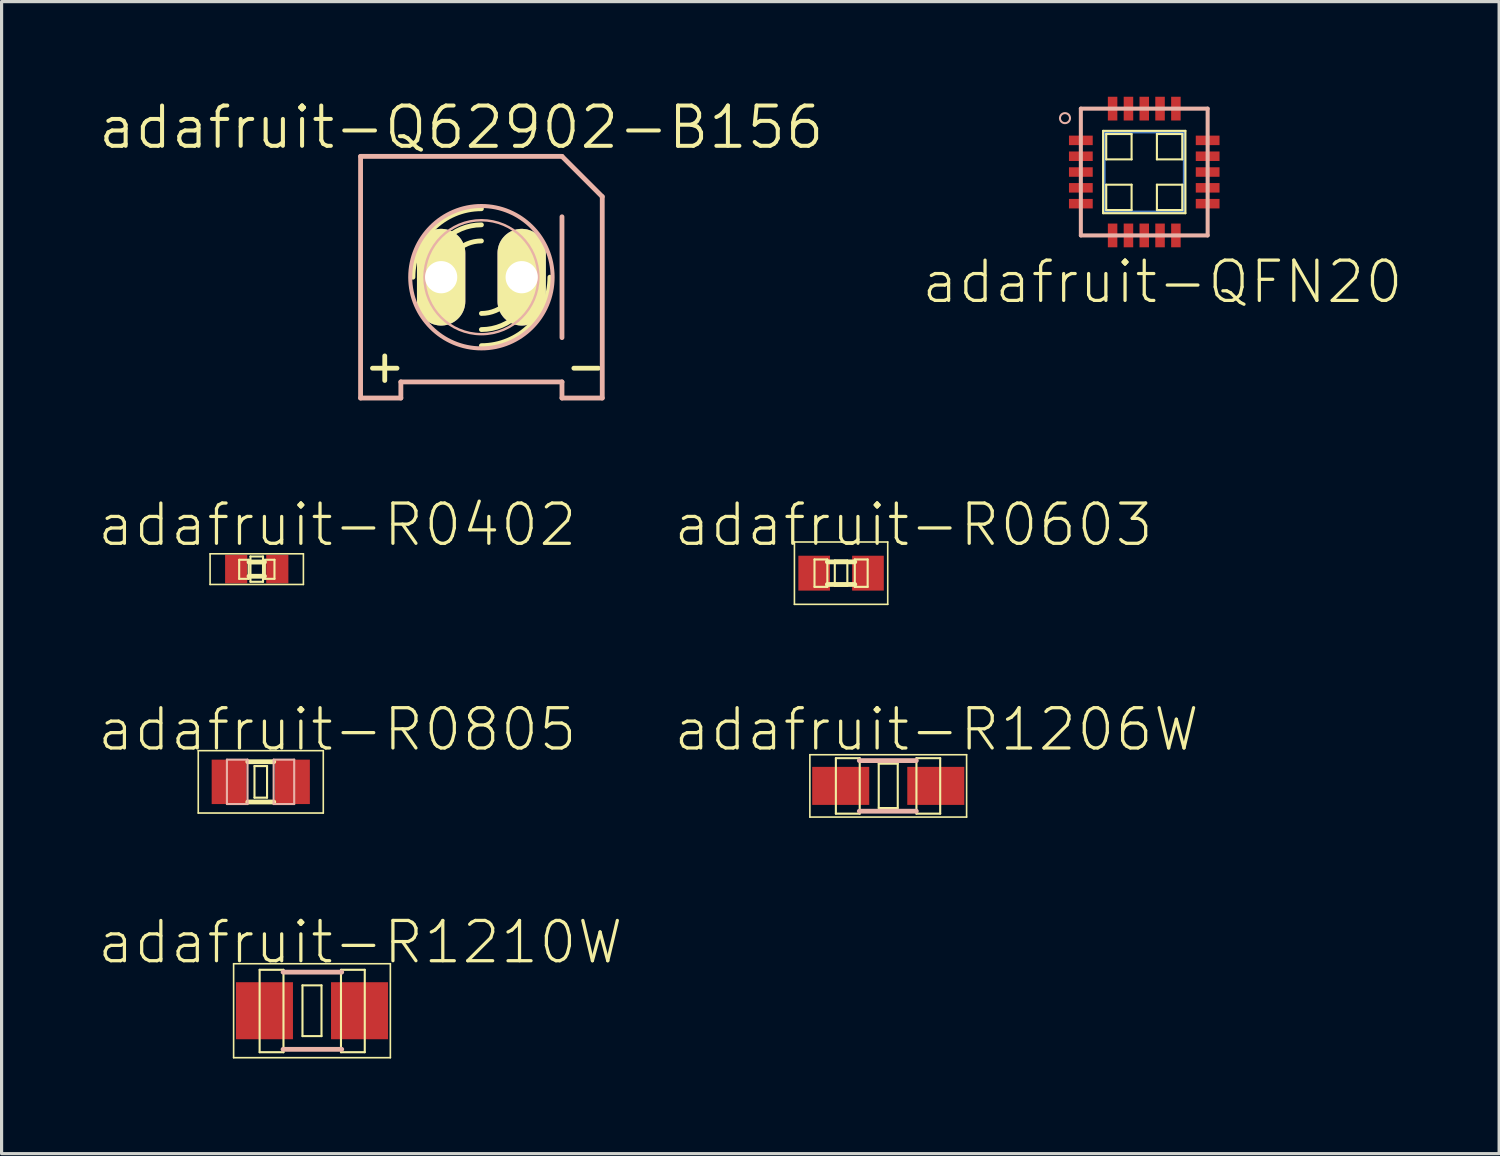
<source format=kicad_pcb>
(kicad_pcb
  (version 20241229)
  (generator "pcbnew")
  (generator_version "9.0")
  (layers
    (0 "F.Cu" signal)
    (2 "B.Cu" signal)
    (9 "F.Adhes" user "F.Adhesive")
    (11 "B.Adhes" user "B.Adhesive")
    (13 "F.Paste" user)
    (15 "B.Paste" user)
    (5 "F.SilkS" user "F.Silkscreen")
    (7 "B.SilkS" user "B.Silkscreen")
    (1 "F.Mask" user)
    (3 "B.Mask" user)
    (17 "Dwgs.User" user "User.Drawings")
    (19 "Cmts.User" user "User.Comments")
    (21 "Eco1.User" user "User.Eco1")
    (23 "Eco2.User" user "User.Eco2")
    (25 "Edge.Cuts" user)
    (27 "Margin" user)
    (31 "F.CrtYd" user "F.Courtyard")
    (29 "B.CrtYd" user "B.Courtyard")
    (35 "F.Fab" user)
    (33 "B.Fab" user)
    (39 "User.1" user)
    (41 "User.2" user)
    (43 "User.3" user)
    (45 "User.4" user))
  (footprint "adafruit-R1210W"
    (layer "F.Cu")
    (at 6.787 28.818)
    (property "Reference" "adafruit-R1210W" (at 1.524 -2.159 0) (layer "F.SilkS") (effects (font (size 1.27 1.27) (thickness 0.102))))
    (attr smd)
    (fp_line (start -2.471 -1.481) (end 2.471 -1.481) (stroke (width 0.051) (type solid)) (layer "F.SilkS"))
    (fp_line (start -2.471 1.481) (end -2.471 -1.481) (stroke (width 0.051) (type solid)) (layer "F.SilkS"))
    (fp_line (start -1.651 -1.29) (end -0.899 -1.29) (stroke (width 0.066) (type solid)) (layer "F.SilkS"))
    (fp_line (start -1.651 1.308) (end -1.651 -1.29) (stroke (width 0.066) (type solid)) (layer "F.SilkS"))
    (fp_line (start -1.651 1.308) (end -0.899 1.308) (stroke (width 0.066) (type solid)) (layer "F.SilkS"))
    (fp_line (start -0.899 1.308) (end -0.899 -1.29) (stroke (width 0.066) (type solid)) (layer "F.SilkS"))
    (fp_line (start -0.3 -0.8) (end 0.3 -0.8) (stroke (width 0.066) (type solid)) (layer "F.SilkS"))
    (fp_line (start -0.3 0.8) (end -0.3 -0.8) (stroke (width 0.066) (type solid)) (layer "F.SilkS"))
    (fp_line (start -0.3 0.8) (end 0.3 0.8) (stroke (width 0.066) (type solid)) (layer "F.SilkS"))
    (fp_line (start 0.3 0.8) (end 0.3 -0.8) (stroke (width 0.066) (type solid)) (layer "F.SilkS"))
    (fp_line (start 0.914 -1.29) (end 1.664 -1.29) (stroke (width 0.066) (type solid)) (layer "F.SilkS"))
    (fp_line (start 0.914 1.308) (end 0.914 -1.29) (stroke (width 0.066) (type solid)) (layer "F.SilkS"))
    (fp_line (start 0.914 1.308) (end 1.664 1.308) (stroke (width 0.066) (type solid)) (layer "F.SilkS"))
    (fp_line (start 1.664 1.308) (end 1.664 -1.29) (stroke (width 0.066) (type solid)) (layer "F.SilkS"))
    (fp_line (start 2.471 -1.481) (end 2.471 1.481) (stroke (width 0.051) (type solid)) (layer "F.SilkS"))
    (fp_line (start 2.471 1.481) (end -2.471 1.481) (stroke (width 0.051) (type solid)) (layer "F.SilkS"))
    (fp_line (start -0.912 -1.217) (end 0.937 -1.217) (stroke (width 0.152) (type solid)) (layer "B.SilkS"))
    (fp_line (start -0.912 1.217) (end 0.937 1.217) (stroke (width 0.152) (type solid)) (layer "B.SilkS"))
    (pad "1" smd rect (at -1.499 0) (size 1.798 1.798) (layers "F.Cu" "F.Mask" "F.Paste"))
    (pad "2" smd rect (at 1.499 0) (size 1.798 1.798) (layers "F.Cu" "F.Mask" "F.Paste")))
  (footprint "adafruit-QFN20"
    (layer "F.Cu")
    (at 33.028 2.374)
    (property "Reference" "adafruit-QFN20" (at 0.574 3.465 0) (layer "F.SilkS") (effects (font (size 1.27 1.27) (thickness 0.102))))
    (attr smd)
    (fp_line (start -1.25 -1.25) (end 1.25 -1.25) (stroke (width 0.066) (type solid)) (layer "B.Cu"))
    (fp_line (start -1.25 1.25) (end -1.25 -1.25) (stroke (width 0.066) (type solid)) (layer "B.Cu"))
    (fp_line (start -1.25 1.25) (end 1.25 1.25) (stroke (width 0.066) (type solid)) (layer "B.Cu"))
    (fp_line (start 1.25 1.25) (end 1.25 -1.25) (stroke (width 0.066) (type solid)) (layer "B.Cu"))
    (fp_line (start -1.298 -1.298) (end 1.298 -1.298) (stroke (width 0.066) (type solid)) (layer "F.SilkS"))
    (fp_line (start -1.298 1.298) (end -1.298 -1.298) (stroke (width 0.066) (type solid)) (layer "F.SilkS"))
    (fp_line (start -1.298 1.298) (end 1.298 1.298) (stroke (width 0.066) (type solid)) (layer "F.SilkS"))
    (fp_line (start -1.199 -1.199) (end -0.399 -1.199) (stroke (width 0.066) (type solid)) (layer "F.SilkS"))
    (fp_line (start -1.199 -0.399) (end -1.199 -1.199) (stroke (width 0.066) (type solid)) (layer "F.SilkS"))
    (fp_line (start -1.199 -0.399) (end -0.399 -0.399) (stroke (width 0.066) (type solid)) (layer "F.SilkS"))
    (fp_line (start -1.199 0.399) (end -0.399 0.399) (stroke (width 0.066) (type solid)) (layer "F.SilkS"))
    (fp_line (start -1.199 1.199) (end -1.199 0.399) (stroke (width 0.066) (type solid)) (layer "F.SilkS"))
    (fp_line (start -1.199 1.199) (end -0.399 1.199) (stroke (width 0.066) (type solid)) (layer "F.SilkS"))
    (fp_line (start -0.399 -0.399) (end -0.399 -1.199) (stroke (width 0.066) (type solid)) (layer "F.SilkS"))
    (fp_line (start -0.399 1.199) (end -0.399 0.399) (stroke (width 0.066) (type solid)) (layer "F.SilkS"))
    (fp_line (start 0.399 -1.199) (end 1.199 -1.199) (stroke (width 0.066) (type solid)) (layer "F.SilkS"))
    (fp_line (start 0.399 -0.399) (end 0.399 -1.199) (stroke (width 0.066) (type solid)) (layer "F.SilkS"))
    (fp_line (start 0.399 -0.399) (end 1.199 -0.399) (stroke (width 0.066) (type solid)) (layer "F.SilkS"))
    (fp_line (start 0.399 0.399) (end 1.199 0.399) (stroke (width 0.066) (type solid)) (layer "F.SilkS"))
    (fp_line (start 0.399 1.199) (end 0.399 0.399) (stroke (width 0.066) (type solid)) (layer "F.SilkS"))
    (fp_line (start 0.399 1.199) (end 1.199 1.199) (stroke (width 0.066) (type solid)) (layer "F.SilkS"))
    (fp_line (start 1.199 -0.399) (end 1.199 -1.199) (stroke (width 0.066) (type solid)) (layer "F.SilkS"))
    (fp_line (start 1.199 1.199) (end 1.199 0.399) (stroke (width 0.066) (type solid)) (layer "F.SilkS"))
    (fp_line (start 1.298 1.298) (end 1.298 -1.298) (stroke (width 0.066) (type solid)) (layer "F.SilkS"))
    (fp_line (start -1.999 -1.999) (end 1.999 -1.999) (stroke (width 0.127) (type solid)) (layer "B.SilkS"))
    (fp_line (start -1.999 1.999) (end -1.999 -1.999) (stroke (width 0.127) (type solid)) (layer "B.SilkS"))
    (fp_line (start 1.999 -1.999) (end 1.999 1.999) (stroke (width 0.127) (type solid)) (layer "B.SilkS"))
    (fp_line (start 1.999 1.999) (end -1.999 1.999) (stroke (width 0.127) (type solid)) (layer "B.SilkS"))
    (fp_circle (center -2.499 -1.699) (end -2.611 -1.811) (stroke (width 0.064) (type solid)) (fill no) (layer "B.SilkS"))
    (pad "1" smd rect (at -1.999 -0.998) (size 0.749 0.3) (layers "F.Cu" "F.Mask" "F.Paste"))
    (pad "2" smd rect (at -1.999 -0.498) (size 0.749 0.3) (layers "F.Cu" "F.Mask" "F.Paste"))
    (pad "3" smd rect (at -1.999 0) (size 0.749 0.3) (layers "F.Cu" "F.Mask" "F.Paste"))
    (pad "4" smd rect (at -1.999 0.498) (size 0.749 0.3) (layers "F.Cu" "F.Mask" "F.Paste"))
    (pad "5" smd rect (at -1.999 0.998) (size 0.749 0.3) (layers "F.Cu" "F.Mask" "F.Paste"))
    (pad "6" smd rect (at -0.998 1.999 90) (size 0.749 0.3) (layers "F.Cu" "F.Mask" "F.Paste"))
    (pad "7" smd rect (at -0.498 1.999 90) (size 0.749 0.3) (layers "F.Cu" "F.Mask" "F.Paste"))
    (pad "8" smd rect (at 0 1.999 90) (size 0.749 0.3) (layers "F.Cu" "F.Mask" "F.Paste"))
    (pad "9" smd rect (at 0.498 1.999 90) (size 0.749 0.3) (layers "F.Cu" "F.Mask" "F.Paste"))
    (pad "10" smd rect (at 0.998 1.999 90) (size 0.749 0.3) (layers "F.Cu" "F.Mask" "F.Paste"))
    (pad "11" smd rect (at 1.999 0.998 180) (size 0.749 0.3) (layers "F.Cu" "F.Mask" "F.Paste"))
    (pad "12" smd rect (at 1.999 0.498 180) (size 0.749 0.3) (layers "F.Cu" "F.Mask" "F.Paste"))
    (pad "13" smd rect (at 1.999 0 180) (size 0.749 0.3) (layers "F.Cu" "F.Mask" "F.Paste"))
    (pad "14" smd rect (at 1.999 -0.498 180) (size 0.749 0.3) (layers "F.Cu" "F.Mask" "F.Paste"))
    (pad "15" smd rect (at 1.999 -0.998 180) (size 0.749 0.3) (layers "F.Cu" "F.Mask" "F.Paste"))
    (pad "16" smd rect (at 0.998 -1.999 270) (size 0.749 0.3) (layers "F.Cu" "F.Mask" "F.Paste"))
    (pad "17" smd rect (at 0.498 -1.999 270) (size 0.749 0.3) (layers "F.Cu" "F.Mask" "F.Paste"))
    (pad "18" smd rect (at 0 -1.999 270) (size 0.749 0.3) (layers "F.Cu" "F.Mask" "F.Paste"))
    (pad "19" smd rect (at -0.498 -1.999 270) (size 0.749 0.3) (layers "F.Cu" "F.Mask" "F.Paste"))
    (pad "20" smd rect (at -0.998 -1.999 270) (size 0.749 0.3) (layers "F.Cu" "F.Mask" "F.Paste")))
  (footprint "adafruit-R0805"
    (layer "F.Cu")
    (at 5.172 21.602)
    (property "Reference" "adafruit-R0805" (at 2.413 -1.651 0) (layer "F.SilkS") (effects (font (size 1.27 1.27) (thickness 0.102))))
    (attr smd)
    (fp_line (start -1.971 -0.983) (end 1.971 -0.983) (stroke (width 0.051) (type solid)) (layer "F.SilkS"))
    (fp_line (start -1.971 0.983) (end -1.971 -0.983) (stroke (width 0.051) (type solid)) (layer "F.SilkS"))
    (fp_line (start -0.409 -0.635) (end 0.409 -0.635) (stroke (width 0.152) (type solid)) (layer "F.SilkS"))
    (fp_line (start -0.409 0.635) (end 0.409 0.635) (stroke (width 0.152) (type solid)) (layer "F.SilkS"))
    (fp_line (start -0.198 -0.498) (end 0.198 -0.498) (stroke (width 0.066) (type solid)) (layer "F.SilkS"))
    (fp_line (start -0.198 0.498) (end -0.198 -0.498) (stroke (width 0.066) (type solid)) (layer "F.SilkS"))
    (fp_line (start -0.198 0.498) (end 0.198 0.498) (stroke (width 0.066) (type solid)) (layer "F.SilkS"))
    (fp_line (start 0.198 0.498) (end 0.198 -0.498) (stroke (width 0.066) (type solid)) (layer "F.SilkS"))
    (fp_line (start 1.971 -0.983) (end 1.971 0.983) (stroke (width 0.051) (type solid)) (layer "F.SilkS"))
    (fp_line (start 1.971 0.983) (end -1.971 0.983) (stroke (width 0.051) (type solid)) (layer "F.SilkS"))
    (fp_line (start -1.067 -0.701) (end -0.417 -0.701) (stroke (width 0.066) (type solid)) (layer "B.SilkS"))
    (fp_line (start -1.067 0.699) (end -1.067 -0.701) (stroke (width 0.066) (type solid)) (layer "B.SilkS"))
    (fp_line (start -1.067 0.699) (end -0.417 0.699) (stroke (width 0.066) (type solid)) (layer "B.SilkS"))
    (fp_line (start -0.417 0.699) (end -0.417 -0.701) (stroke (width 0.066) (type solid)) (layer "B.SilkS"))
    (fp_line (start 0.406 -0.701) (end 1.054 -0.701) (stroke (width 0.066) (type solid)) (layer "B.SilkS"))
    (fp_line (start 0.406 0.699) (end 0.406 -0.701) (stroke (width 0.066) (type solid)) (layer "B.SilkS"))
    (fp_line (start 0.406 0.699) (end 1.054 0.699) (stroke (width 0.066) (type solid)) (layer "B.SilkS"))
    (fp_line (start 1.054 0.699) (end 1.054 -0.701) (stroke (width 0.066) (type solid)) (layer "B.SilkS"))
    (pad "1" smd rect (at -0.998 0) (size 1.1 1.4) (layers "F.Cu" "F.Mask" "F.Paste"))
    (pad "2" smd rect (at 0.998 0) (size 1.1 1.4) (layers "F.Cu" "F.Mask" "F.Paste")))
  (footprint "adafruit-R0603"
    (layer "F.Cu")
    (at 23.469 15.022)
    (property "Reference" "adafruit-R0603" (at 2.286 -1.524 0) (layer "F.SilkS") (effects (font (size 1.27 1.27) (thickness 0.102))))
    (attr smd)
    (fp_line (start -1.471 -0.983) (end 1.471 -0.983) (stroke (width 0.051) (type solid)) (layer "F.SilkS"))
    (fp_line (start -1.471 0.983) (end -1.471 -0.983) (stroke (width 0.051) (type solid)) (layer "F.SilkS"))
    (fp_line (start -0.838 -0.432) (end -0.432 -0.432) (stroke (width 0.066) (type solid)) (layer "F.SilkS"))
    (fp_line (start -0.838 0.432) (end -0.838 -0.432) (stroke (width 0.066) (type solid)) (layer "F.SilkS"))
    (fp_line (start -0.838 0.432) (end -0.432 0.432) (stroke (width 0.066) (type solid)) (layer "F.SilkS"))
    (fp_line (start -0.432 0.356) (end 0.432 0.356) (stroke (width 0.152) (type solid)) (layer "F.SilkS"))
    (fp_line (start -0.432 0.432) (end -0.432 -0.432) (stroke (width 0.066) (type solid)) (layer "F.SilkS"))
    (fp_line (start -0.198 -0.399) (end 0.198 -0.399) (stroke (width 0.066) (type solid)) (layer "F.SilkS"))
    (fp_line (start -0.198 0.399) (end -0.198 -0.399) (stroke (width 0.066) (type solid)) (layer "F.SilkS"))
    (fp_line (start -0.198 0.399) (end 0.198 0.399) (stroke (width 0.066) (type solid)) (layer "F.SilkS"))
    (fp_line (start 0.198 0.399) (end 0.198 -0.399) (stroke (width 0.066) (type solid)) (layer "F.SilkS"))
    (fp_line (start 0.432 -0.432) (end 0.838 -0.432) (stroke (width 0.066) (type solid)) (layer "F.SilkS"))
    (fp_line (start 0.432 -0.356) (end -0.432 -0.356) (stroke (width 0.152) (type solid)) (layer "F.SilkS"))
    (fp_line (start 0.432 0.432) (end 0.432 -0.432) (stroke (width 0.066) (type solid)) (layer "F.SilkS"))
    (fp_line (start 0.432 0.432) (end 0.838 0.432) (stroke (width 0.066) (type solid)) (layer "F.SilkS"))
    (fp_line (start 0.838 0.432) (end 0.838 -0.432) (stroke (width 0.066) (type solid)) (layer "F.SilkS"))
    (fp_line (start 1.471 -0.983) (end 1.471 0.983) (stroke (width 0.051) (type solid)) (layer "F.SilkS"))
    (fp_line (start 1.471 0.983) (end -1.471 0.983) (stroke (width 0.051) (type solid)) (layer "F.SilkS"))
    (pad "1" smd rect (at -0.848 0) (size 0.998 1.1) (layers "F.Cu" "F.Mask" "F.Paste"))
    (pad "2" smd rect (at 0.848 0) (size 0.998 1.1) (layers "F.Cu" "F.Mask" "F.Paste")))
  (footprint "adafruit-R0402"
    (layer "F.Cu")
    (at 5.045 14.895)
    (property "Reference" "adafruit-R0402" (at 2.54 -1.397 0) (layer "F.SilkS") (effects (font (size 1.27 1.27) (thickness 0.102))))
    (attr smd)
    (fp_line (start -1.471 -0.483) (end 1.471 -0.483) (stroke (width 0.051) (type solid)) (layer "F.SilkS"))
    (fp_line (start -1.471 0.483) (end -1.471 -0.483) (stroke (width 0.051) (type solid)) (layer "F.SilkS"))
    (fp_line (start -0.554 -0.295) (end -0.254 -0.295) (stroke (width 0.066) (type solid)) (layer "F.SilkS"))
    (fp_line (start -0.554 0.305) (end -0.554 -0.295) (stroke (width 0.066) (type solid)) (layer "F.SilkS"))
    (fp_line (start -0.554 0.305) (end -0.254 0.305) (stroke (width 0.066) (type solid)) (layer "F.SilkS"))
    (fp_line (start -0.254 0.305) (end -0.254 -0.295) (stroke (width 0.066) (type solid)) (layer "F.SilkS"))
    (fp_line (start -0.244 -0.224) (end 0.244 -0.224) (stroke (width 0.152) (type solid)) (layer "F.SilkS"))
    (fp_line (start -0.198 -0.399) (end 0.198 -0.399) (stroke (width 0.066) (type solid)) (layer "F.SilkS"))
    (fp_line (start -0.198 0.399) (end -0.198 -0.399) (stroke (width 0.066) (type solid)) (layer "F.SilkS"))
    (fp_line (start -0.198 0.399) (end 0.198 0.399) (stroke (width 0.066) (type solid)) (layer "F.SilkS"))
    (fp_line (start 0.198 0.399) (end 0.198 -0.399) (stroke (width 0.066) (type solid)) (layer "F.SilkS"))
    (fp_line (start 0.244 0.224) (end -0.244 0.224) (stroke (width 0.152) (type solid)) (layer "F.SilkS"))
    (fp_line (start 0.257 -0.295) (end 0.559 -0.295) (stroke (width 0.066) (type solid)) (layer "F.SilkS"))
    (fp_line (start 0.257 0.305) (end 0.257 -0.295) (stroke (width 0.066) (type solid)) (layer "F.SilkS"))
    (fp_line (start 0.257 0.305) (end 0.559 0.305) (stroke (width 0.066) (type solid)) (layer "F.SilkS"))
    (fp_line (start 0.559 0.305) (end 0.559 -0.295) (stroke (width 0.066) (type solid)) (layer "F.SilkS"))
    (fp_line (start 1.471 -0.483) (end 1.471 0.483) (stroke (width 0.051) (type solid)) (layer "F.SilkS"))
    (fp_line (start 1.471 0.483) (end -1.471 0.483) (stroke (width 0.051) (type solid)) (layer "F.SilkS"))
    (pad "1" smd rect (at -0.648 0) (size 0.699 0.899) (layers "F.Cu" "F.Mask" "F.Paste"))
    (pad "2" smd rect (at 0.648 0) (size 0.699 0.899) (layers "F.Cu" "F.Mask" "F.Paste")))
  (footprint "adafruit-R1206W"
    (layer "F.Cu")
    (at 24.956 21.729)
    (property "Reference" "adafruit-R1206W" (at 1.524 -1.778 0) (layer "F.SilkS") (effects (font (size 1.27 1.27) (thickness 0.102))))
    (attr smd)
    (fp_line (start -2.471 -0.983) (end 2.471 -0.983) (stroke (width 0.051) (type solid)) (layer "F.SilkS"))
    (fp_line (start -2.471 0.983) (end -2.471 -0.983) (stroke (width 0.051) (type solid)) (layer "F.SilkS"))
    (fp_line (start -1.651 -0.874) (end -0.899 -0.874) (stroke (width 0.066) (type solid)) (layer "F.SilkS"))
    (fp_line (start -1.651 0.876) (end -1.651 -0.874) (stroke (width 0.066) (type solid)) (layer "F.SilkS"))
    (fp_line (start -1.651 0.876) (end -0.899 0.876) (stroke (width 0.066) (type solid)) (layer "F.SilkS"))
    (fp_line (start -0.899 0.876) (end -0.899 -0.874) (stroke (width 0.066) (type solid)) (layer "F.SilkS"))
    (fp_line (start -0.3 -0.699) (end 0.3 -0.699) (stroke (width 0.066) (type solid)) (layer "F.SilkS"))
    (fp_line (start -0.3 0.699) (end -0.3 -0.699) (stroke (width 0.066) (type solid)) (layer "F.SilkS"))
    (fp_line (start -0.3 0.699) (end 0.3 0.699) (stroke (width 0.066) (type solid)) (layer "F.SilkS"))
    (fp_line (start 0.3 0.699) (end 0.3 -0.699) (stroke (width 0.066) (type solid)) (layer "F.SilkS"))
    (fp_line (start 0.889 -0.874) (end 1.638 -0.874) (stroke (width 0.066) (type solid)) (layer "F.SilkS"))
    (fp_line (start 0.889 0.876) (end 0.889 -0.874) (stroke (width 0.066) (type solid)) (layer "F.SilkS"))
    (fp_line (start 0.889 0.876) (end 1.638 0.876) (stroke (width 0.066) (type solid)) (layer "F.SilkS"))
    (fp_line (start 1.638 0.876) (end 1.638 -0.874) (stroke (width 0.066) (type solid)) (layer "F.SilkS"))
    (fp_line (start 2.471 -0.983) (end 2.471 0.983) (stroke (width 0.051) (type solid)) (layer "F.SilkS"))
    (fp_line (start 2.471 0.983) (end -2.471 0.983) (stroke (width 0.051) (type solid)) (layer "F.SilkS"))
    (fp_line (start -0.912 -0.798) (end 0.886 -0.798) (stroke (width 0.152) (type solid)) (layer "B.SilkS"))
    (fp_line (start -0.912 0.798) (end 0.886 0.798) (stroke (width 0.152) (type solid)) (layer "B.SilkS"))
    (pad "1" smd rect (at -1.499 0) (size 1.798 1.199) (layers "F.Cu" "F.Mask" "F.Paste"))
    (pad "2" smd rect (at 1.499 0) (size 1.798 1.199) (layers "F.Cu" "F.Mask" "F.Paste")))
  (footprint "adafruit-Q62902-B156"
    (layer "F.Cu")
    (at 12.129 5.69)
    (property "Reference" "adafruit-Q62902-B156" (at -0.635 -4.724 0) (layer "F.SilkS") (effects (font (size 1.27 1.27) (thickness 0.127))))
    (attr exclude_from_pos_files exclude_from_bom)
    (fp_arc (start -2.159 0) (mid -1.526644 -1.526644) (end 0 -2.159) (stroke (width 0.1524) (type solid)) (layer "F.SilkS"))
    (fp_arc (start -1.651 0) (mid -1.167433 -1.167433) (end 0 -1.651) (stroke (width 0.1524) (type solid)) (layer "F.SilkS"))
    (fp_arc (start -1.143 0) (mid -0.808223 -0.808223) (end 0 -1.143) (stroke (width 0.1524) (type solid)) (layer "F.SilkS"))
    (fp_arc (start 1.143 0) (mid 0.808223 0.808223) (end 0 1.143) (stroke (width 0.1524) (type solid)) (layer "F.SilkS"))
    (fp_arc (start 1.651 0) (mid 1.167433 1.167433) (end 0 1.651) (stroke (width 0.1524) (type solid)) (layer "F.SilkS"))
    (fp_arc (start 2.159 0) (mid 1.526644 1.526644) (end 0 2.159) (stroke (width 0.1524) (type solid)) (layer "F.SilkS"))
    (fp_line (start -3.81 3.81) (end -3.81 -3.81) (stroke (width 0.152) (type solid)) (layer "B.SilkS"))
    (fp_line (start -3.81 3.81) (end -2.54 3.81) (stroke (width 0.152) (type solid)) (layer "B.SilkS"))
    (fp_line (start -2.54 3.302) (end -2.54 3.81) (stroke (width 0.152) (type solid)) (layer "B.SilkS"))
    (fp_line (start 2.54 -3.81) (end -3.81 -3.81) (stroke (width 0.152) (type solid)) (layer "B.SilkS"))
    (fp_line (start 2.54 -3.81) (end 3.81 -2.54) (stroke (width 0.152) (type solid)) (layer "B.SilkS"))
    (fp_line (start 2.54 1.905) (end 2.54 -1.905) (stroke (width 0.152) (type solid)) (layer "B.SilkS"))
    (fp_line (start 2.54 3.302) (end -2.54 3.302) (stroke (width 0.152) (type solid)) (layer "B.SilkS"))
    (fp_line (start 2.54 3.302) (end 2.54 3.81) (stroke (width 0.152) (type solid)) (layer "B.SilkS"))
    (fp_line (start 3.81 -2.54) (end 3.81 3.81) (stroke (width 0.152) (type solid)) (layer "B.SilkS"))
    (fp_line (start 3.81 3.81) (end 2.54 3.81) (stroke (width 0.152) (type solid)) (layer "B.SilkS"))
    (fp_circle (center 0 0) (end -1.587 1.587) (stroke (width 0.127) (type solid)) (fill no) (layer "B.SilkS"))
    (fp_circle (center 0 0) (end -1.27 1.27) (stroke (width 0.076) (type solid)) (fill no) (layer "B.SilkS"))
    (fp_text user "-" (at 3.302 2.794 0) (layer "F.SilkS") (effects (font (size 1.016 1.016) (thickness 0.152))))
    (fp_text user "+" (at -3.048 2.794 0) (layer "F.SilkS") (effects (font (size 1.016 1.016) (thickness 0.152))))
    (pad "A" thru_hole oval (at -1.27 0 180) (size 1.524 3.048) (drill 1.016) (layers "*.Cu" "F.Mask" "F.SilkS" "F.Paste"))
    (pad "K" thru_hole oval (at 1.27 0 180) (size 1.524 3.048) (drill 1.016) (layers "*.Cu" "F.Mask" "F.SilkS" "F.Paste")))
  (gr_rect
    (start -3 -3)
    (end 44.217 33.324)
    (stroke (width 0.1) (type default))
    (fill no)
    (layer "Edge.Cuts")))
</source>
